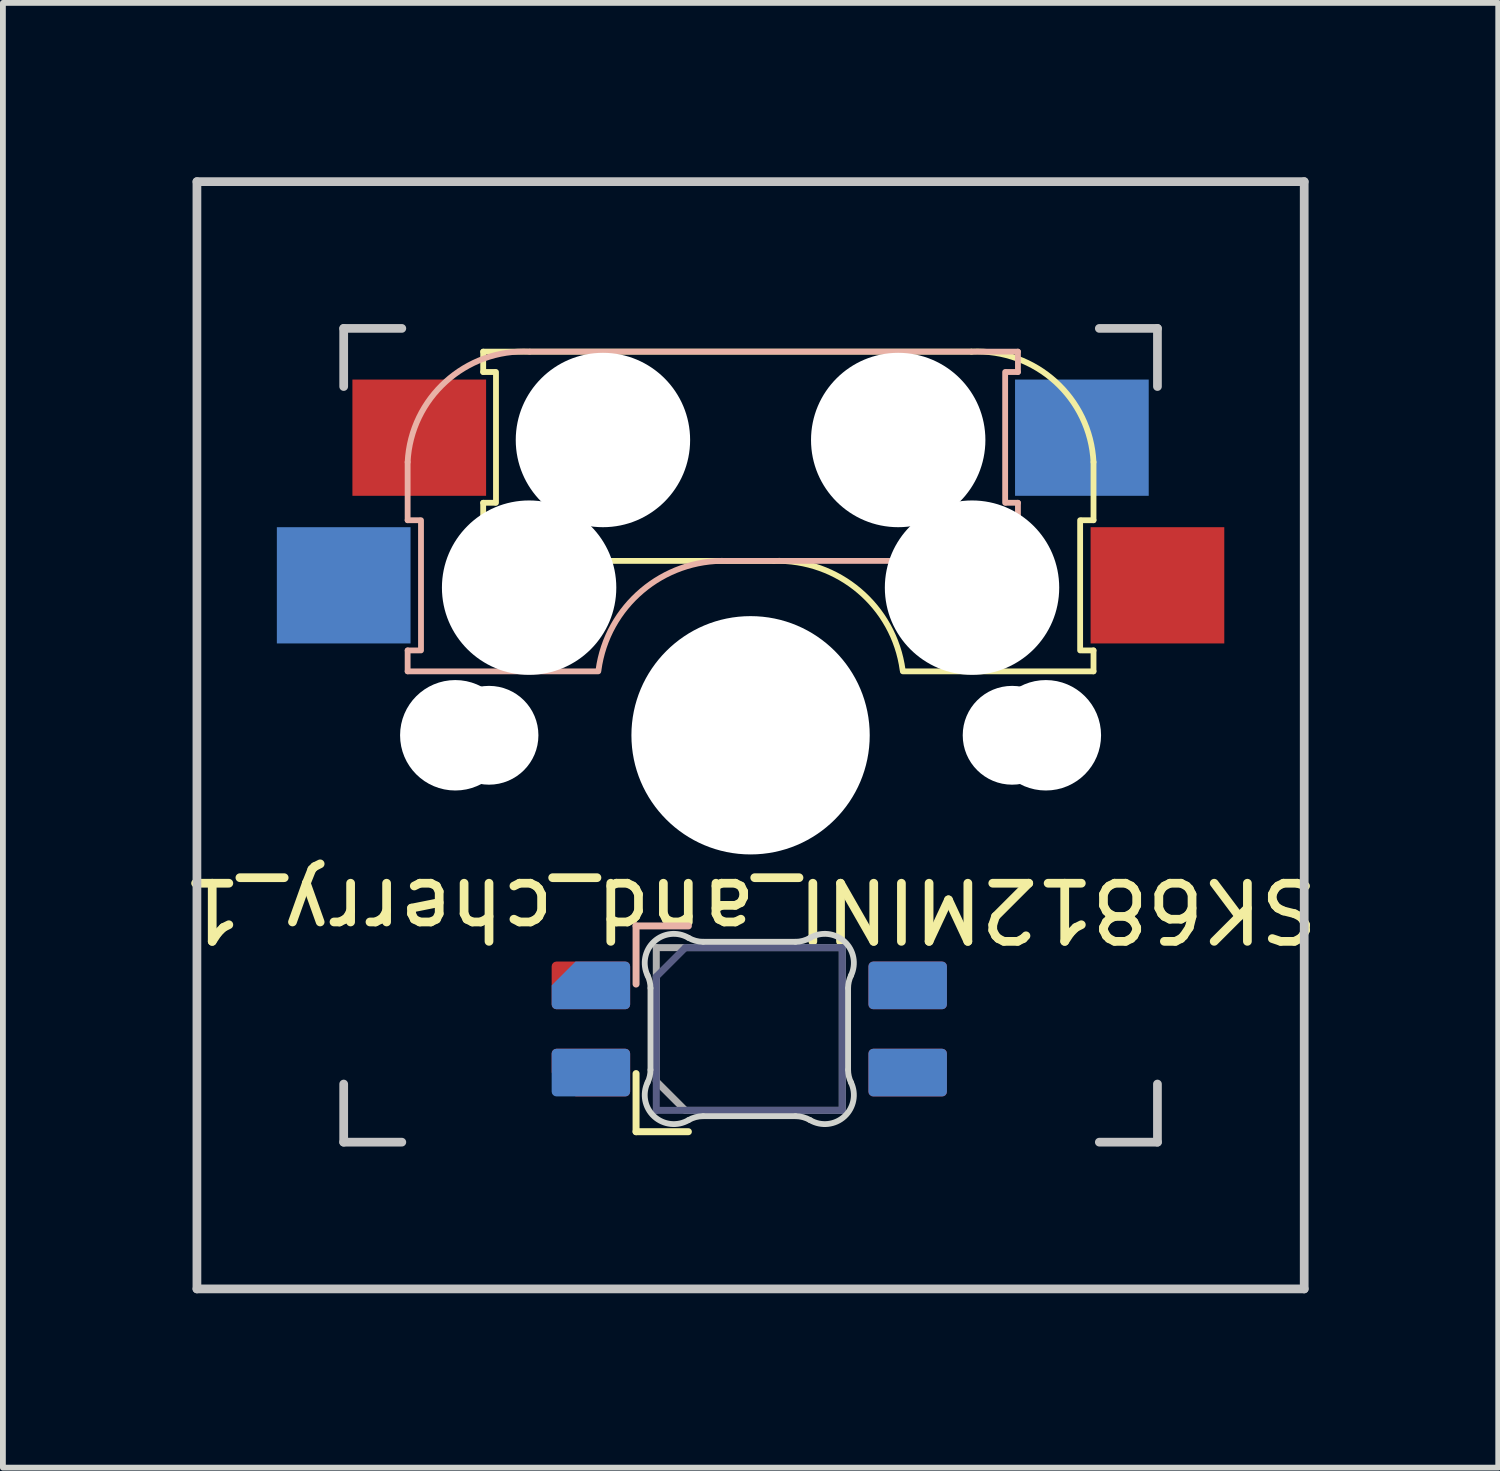
<source format=kicad_pcb>
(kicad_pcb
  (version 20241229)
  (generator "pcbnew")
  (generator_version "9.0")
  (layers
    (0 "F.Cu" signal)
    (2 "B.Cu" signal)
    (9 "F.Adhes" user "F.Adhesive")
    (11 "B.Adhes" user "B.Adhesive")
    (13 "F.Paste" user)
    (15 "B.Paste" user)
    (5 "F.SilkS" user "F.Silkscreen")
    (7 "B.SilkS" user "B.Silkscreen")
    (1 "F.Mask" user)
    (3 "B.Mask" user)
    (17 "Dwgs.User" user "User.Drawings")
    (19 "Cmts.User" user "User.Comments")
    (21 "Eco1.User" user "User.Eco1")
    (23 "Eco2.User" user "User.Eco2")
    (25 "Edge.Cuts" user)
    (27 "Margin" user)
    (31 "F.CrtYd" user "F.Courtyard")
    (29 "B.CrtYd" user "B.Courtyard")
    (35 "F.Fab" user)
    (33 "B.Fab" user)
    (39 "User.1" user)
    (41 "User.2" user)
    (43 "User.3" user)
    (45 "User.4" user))
  (footprint "SK6812MINI_and_cherry_1"
    (layer "F.Cu")
    (at 9.863 9.6)
    (property "Reference" "SK6812MINI_and_cherry_1" (at 0 3 180) (unlocked yes) (layer "F.SilkS") (effects (font (size 1 1) (thickness 0.15))))
    (attr through_hole)
    (fp_line (start -4.6 -6.6) (end 3.8 -6.6) (stroke (width 0.1) (type solid)) (layer "F.SilkS"))
    (fp_line (start -4.6 -6.25) (end -4.6 -6.6) (stroke (width 0.1) (type solid)) (layer "F.SilkS"))
    (fp_line (start -4.6 -4) (end -4.4 -4) (stroke (width 0.1) (type solid)) (layer "F.SilkS"))
    (fp_line (start -4.6 -3) (end -4.6 -4) (stroke (width 0.1) (type solid)) (layer "F.SilkS"))
    (fp_line (start -4.4 -6.25) (end -4.6 -6.25) (stroke (width 0.1) (type solid)) (layer "F.SilkS"))
    (fp_line (start -4.38 -4) (end -4.38 -6.25) (stroke (width 0.1) (type solid)) (layer "F.SilkS"))
    (fp_line (start -1.97 5.82) (end -1.97 6.82) (stroke (width 0.12) (type solid)) (layer "F.SilkS"))
    (fp_line (start -1.97 6.82) (end -1.07 6.82) (stroke (width 0.12) (type solid)) (layer "F.SilkS"))
    (fp_line (start 0.4 -3) (end -4.6 -3) (stroke (width 0.1) (type solid)) (layer "F.SilkS"))
    (fp_line (start 5.67 -3.7) (end 5.67 -1.46) (stroke (width 0.1) (type solid)) (layer "F.SilkS"))
    (fp_line (start 5.7 -1.46) (end 5.9 -1.46) (stroke (width 0.1) (type solid)) (layer "F.SilkS"))
    (fp_line (start 5.9 -4.7) (end 5.9 -3.7) (stroke (width 0.1) (type solid)) (layer "F.SilkS"))
    (fp_line (start 5.9 -3.7) (end 5.7 -3.7) (stroke (width 0.1) (type solid)) (layer "F.SilkS"))
    (fp_line (start 5.9 -1.1) (end 2.62 -1.1) (stroke (width 0.1) (type solid)) (layer "F.SilkS"))
    (fp_line (start 5.9 -1.1) (end 5.9 -1.46) (stroke (width 0.1) (type solid)) (layer "F.SilkS"))
    (fp_arc (start 0.4 -3) (mid 1.868709 -2.486118) (end 2.616318 -1.121471) (stroke (width 0.1) (type solid)) (layer "F.SilkS"))
    (fp_arc (start 3.8 -6.600001) (mid 5.243504 -6.084925) (end 5.900001 -4.7) (stroke (width 0.1) (type solid)) (layer "F.SilkS"))
    (fp_line (start -5.9 -4.7) (end -5.9 -3.7) (stroke (width 0.1) (type solid)) (layer "B.SilkS"))
    (fp_line (start -5.9 -3.7) (end -5.7 -3.7) (stroke (width 0.1) (type solid)) (layer "B.SilkS"))
    (fp_line (start -5.9 -1.1) (end -5.9 -1.46) (stroke (width 0.1) (type solid)) (layer "B.SilkS"))
    (fp_line (start -5.9 -1.1) (end -2.62 -1.1) (stroke (width 0.1) (type solid)) (layer "B.SilkS"))
    (fp_line (start -5.7 -1.46) (end -5.9 -1.46) (stroke (width 0.1) (type solid)) (layer "B.SilkS"))
    (fp_line (start -5.67 -3.7) (end -5.67 -1.46) (stroke (width 0.1) (type solid)) (layer "B.SilkS"))
    (fp_line (start -1.97 3.28) (end -1.07 3.28) (stroke (width 0.12) (type solid)) (layer "B.SilkS"))
    (fp_line (start -1.97 4.28) (end -1.97 3.28) (stroke (width 0.12) (type solid)) (layer "B.SilkS"))
    (fp_line (start -0.4 -3) (end 4.6 -3) (stroke (width 0.1) (type solid)) (layer "B.SilkS"))
    (fp_line (start 4.38 -4) (end 4.38 -6.25) (stroke (width 0.1) (type solid)) (layer "B.SilkS"))
    (fp_line (start 4.4 -6.25) (end 4.6 -6.25) (stroke (width 0.1) (type solid)) (layer "B.SilkS"))
    (fp_line (start 4.6 -6.6) (end -3.8 -6.6) (stroke (width 0.1) (type solid)) (layer "B.SilkS"))
    (fp_line (start 4.6 -6.25) (end 4.6 -6.6) (stroke (width 0.1) (type solid)) (layer "B.SilkS"))
    (fp_line (start 4.6 -4) (end 4.4 -4) (stroke (width 0.1) (type solid)) (layer "B.SilkS"))
    (fp_line (start 4.6 -3) (end 4.6 -4) (stroke (width 0.1) (type solid)) (layer "B.SilkS"))
    (fp_arc (start -5.9 -4.699999) (mid -5.243504 -6.084924) (end -3.800001 -6.6) (stroke (width 0.1) (type solid)) (layer "B.SilkS"))
    (fp_arc (start -2.616318 -1.121471) (mid -1.868709 -2.486118) (end -0.4 -3) (stroke (width 0.1) (type solid)) (layer "B.SilkS"))
    (fp_line (start -9.525 -9.525) (end 9.525 -9.525) (stroke (width 0.15) (type solid)) (layer "Dwgs.User"))
    (fp_line (start -9.525 9.525) (end -9.525 -9.525) (stroke (width 0.15) (type solid)) (layer "Dwgs.User"))
    (fp_line (start -7 -7) (end -6 -7) (stroke (width 0.15) (type solid)) (layer "Dwgs.User"))
    (fp_line (start -7 -6) (end -7 -7) (stroke (width 0.15) (type solid)) (layer "Dwgs.User"))
    (fp_line (start -7 6) (end -7 7) (stroke (width 0.15) (type solid)) (layer "Dwgs.User"))
    (fp_line (start -7 7) (end -6 7) (stroke (width 0.15) (type solid)) (layer "Dwgs.User"))
    (fp_line (start 6 7) (end 7 7) (stroke (width 0.15) (type solid)) (layer "Dwgs.User"))
    (fp_line (start 7 -7) (end 6 -7) (stroke (width 0.15) (type solid)) (layer "Dwgs.User"))
    (fp_line (start 7 -7) (end 7 -6) (stroke (width 0.15) (type solid)) (layer "Dwgs.User"))
    (fp_line (start 7 7) (end 7 6) (stroke (width 0.15) (type solid)) (layer "Dwgs.User"))
    (fp_line (start 9.525 -9.525) (end 9.525 9.525) (stroke (width 0.15) (type solid)) (layer "Dwgs.User"))
    (fp_line (start 9.525 9.525) (end -9.525 9.525) (stroke (width 0.15) (type solid)) (layer "Dwgs.User"))
    (fp_line (start -1.722 5.756) (end -1.722 4.35) (stroke (width 0.1) (type solid)) (layer "Edge.Cuts"))
    (fp_line (start 0.773 3.553) (end -0.816 3.553) (stroke (width 0.1) (type solid)) (layer "Edge.Cuts"))
    (fp_line (start 0.773 6.553) (end -0.816 6.553) (stroke (width 0.1) (type solid)) (layer "Edge.Cuts"))
    (fp_line (start 1.678 5.756) (end 1.678 4.35) (stroke (width 0.1) (type solid)) (layer "Edge.Cuts"))
    (fp_arc (start -1.77141 4.133123) (mid -1.734454 4.238775) (end -1.721925 4.350001) (stroke (width 0.1) (type solid)) (layer "Edge.Cuts"))
    (fp_arc (start -1.77141 4.133124) (mid -1.66 3.548806) (end -1.068637 3.484544) (stroke (width 0.1) (type solid)) (layer "Edge.Cuts"))
    (fp_arc (start -1.721925 5.755686) (mid -1.734454 5.866911) (end -1.77141 5.972563) (stroke (width 0.1) (type solid)) (layer "Edge.Cuts"))
    (fp_arc (start -1.068637 6.621142) (mid -1.659997 6.556877) (end -1.77141 5.972562) (stroke (width 0.1) (type solid)) (layer "Edge.Cuts"))
    (fp_arc (start -1.068637 6.621142) (mid -0.947049 6.570219) (end -0.816378 6.552843) (stroke (width 0.1) (type solid)) (layer "Edge.Cuts"))
    (fp_arc (start -0.816378 3.552843) (mid -0.947049 3.535466) (end -1.068637 3.484544) (stroke (width 0.1) (type solid)) (layer "Edge.Cuts"))
    (fp_arc (start 0.772527 6.552843) (mid 0.903197 6.57022) (end 1.024785 6.621142) (stroke (width 0.1) (type solid)) (layer "Edge.Cuts"))
    (fp_arc (start 1.024785 3.484544) (mid 0.903197 3.535465) (end 0.772527 3.552843) (stroke (width 0.1) (type solid)) (layer "Edge.Cuts"))
    (fp_arc (start 1.024785 3.484546) (mid 1.616148 3.548809) (end 1.727558 4.133123) (stroke (width 0.1) (type solid)) (layer "Edge.Cuts"))
    (fp_arc (start 1.678073 4.350001) (mid 1.690601 4.238775) (end 1.727558 4.133123) (stroke (width 0.1) (type solid)) (layer "Edge.Cuts"))
    (fp_arc (start 1.727558 5.972563) (mid 1.616145 6.556875) (end 1.024785 6.621142) (stroke (width 0.1) (type solid)) (layer "Edge.Cuts"))
    (fp_arc (start 1.727558 5.972563) (mid 1.690589 5.866914) (end 1.678073 5.755686) (stroke (width 0.1) (type solid)) (layer "Edge.Cuts"))
    (fp_line (start -1.622 4.153) (end -1.622 6.453) (stroke (width 0.12) (type solid)) (layer "B.Fab"))
    (fp_line (start -1.622 4.153) (end -1.122 3.653) (stroke (width 0.12) (type solid)) (layer "B.Fab"))
    (fp_line (start -1.622 6.453) (end 1.578 6.453) (stroke (width 0.12) (type solid)) (layer "B.Fab"))
    (fp_line (start 1.578 3.653) (end -1.122 3.653) (stroke (width 0.12) (type solid)) (layer "B.Fab"))
    (fp_line (start 1.578 6.453) (end 1.578 3.653) (stroke (width 0.12) (type solid)) (layer "B.Fab"))
    (fp_line (start -1.622 3.653) (end 1.578 3.653) (stroke (width 0.12) (type solid)) (layer "F.Fab"))
    (fp_line (start -1.622 5.953) (end -1.622 3.653) (stroke (width 0.12) (type solid)) (layer "F.Fab"))
    (fp_line (start -1.622 5.953) (end -1.122 6.453) (stroke (width 0.12) (type solid)) (layer "F.Fab"))
    (fp_line (start 1.578 3.653) (end 1.578 6.453) (stroke (width 0.12) (type solid)) (layer "F.Fab"))
    (fp_line (start 1.578 6.453) (end -1.122 6.453) (stroke (width 0.12) (type solid)) (layer "F.Fab"))
    (pad "" np_thru_hole circle (at -5.08 0) (size 1.9 1.9) (drill 1.9) (layers "*.Cu" "*.Mask"))
    (pad "" np_thru_hole circle (at -4.5 0) (size 1.7 1.7) (drill 1.7) (layers "*.Cu" "*.Mask"))
    (pad "" np_thru_hole circle (at -3.81 -2.54 180) (size 3 3) (drill 3) (layers "*.Cu" "*.Mask"))
    (pad "" np_thru_hole circle (at -2.54 -5.08 180) (size 3 3) (drill 3) (layers "*.Cu" "*.Mask"))
    (pad "" np_thru_hole circle (at 0 0 90) (size 4.1 4.1) (drill 4.1) (layers "*.Cu" "*.Mask"))
    (pad "" np_thru_hole circle (at 2.54 -5.08 180) (size 3 3) (drill 3) (layers "*.Cu" "*.Mask"))
    (pad "" np_thru_hole circle (at 3.81 -2.54 180) (size 3 3) (drill 3) (layers "*.Cu" "*.Mask"))
    (pad "" np_thru_hole circle (at 4.5 0) (size 1.7 1.7) (drill 1.7) (layers "*.Cu" "*.Mask"))
    (pad "" np_thru_hole circle (at 5.08 0) (size 1.9 1.9) (drill 1.9) (layers "*.Cu" "*.Mask"))
    (pad "1" smd roundrect (at 2.703 4.303 90) (size 0.82 1.35) (layers "B.Cu" "B.Mask" "B.Paste") (roundrect_rratio 0.1))
    (pad "1" smd roundrect (at 2.703 5.803 90) (size 0.82 1.35) (layers "F.Cu" "F.Mask" "F.Paste") (roundrect_rratio 0.1))
    (pad "2" smd roundrect (at -2.747 4.303 90) (size 0.82 1.35) (layers "B.Cu" "B.Mask" "B.Paste") (roundrect_rratio 0.1) (chamfer_ratio 0.5) (chamfer top_right))
    (pad "2" smd roundrect (at -2.747 5.803 90) (size 0.82 1.35) (layers "F.Cu" "F.Mask" "F.Paste") (roundrect_rratio 0.1) (chamfer_ratio 0.5) (chamfer top_left))
    (pad "3" smd roundrect (at -2.747 4.303 90) (size 0.82 1.35) (layers "F.Cu" "F.Mask" "F.Paste") (roundrect_rratio 0.1))
    (pad "3" smd roundrect (at -2.747 5.803 90) (size 0.82 1.35) (layers "B.Cu" "B.Mask" "B.Paste") (roundrect_rratio 0.1))
    (pad "4" smd roundrect (at 2.703 4.303 90) (size 0.82 1.35) (layers "F.Cu" "F.Mask" "F.Paste") (roundrect_rratio 0.1))
    (pad "4" smd roundrect (at 2.703 5.803 90) (size 0.82 1.35) (layers "B.Cu" "B.Mask" "B.Paste") (roundrect_rratio 0.1))
    (pad "5" smd rect (at -7 -2.58 180) (size 2.3 2) (layers "B.Cu" "B.Mask" "B.Paste"))
    (pad "5" smd rect (at 7 -2.58 180) (size 2.3 2) (layers "F.Cu" "F.Mask" "F.Paste"))
    (pad "6" smd rect (at -5.7 -5.12 180) (size 2.3 2) (layers "F.Cu" "F.Mask" "F.Paste"))
    (pad "6" smd rect (at 5.7 -5.12 180) (size 2.3 2) (layers "B.Cu" "B.Mask" "B.Paste"))
    (zone (net_name "") (layers "F.Cu" "B.Cu") (name "CUTOUT") (hatch edge 0.5) (connect_pads) (min_thickness 0.25) (filled_areas_thickness no) (keepout (tracks not_allowed) (vias not_allowed) (pads not_allowed) (copperpour not_allowed) (footprints allowed)) (placement (enabled no)) (fill) (polygon (pts (xy 7.963 12.95) (xy 7.972 16.349) (xy 11.863 16.35) (xy 11.882 12.959) (xy 8.883 12.95)))))
  (gr_rect
    (start -3 -3)
    (end 22.726 22.2)
    (stroke (width 0.1) (type default))
    (fill no)
    (layer "Edge.Cuts")))
</source>
